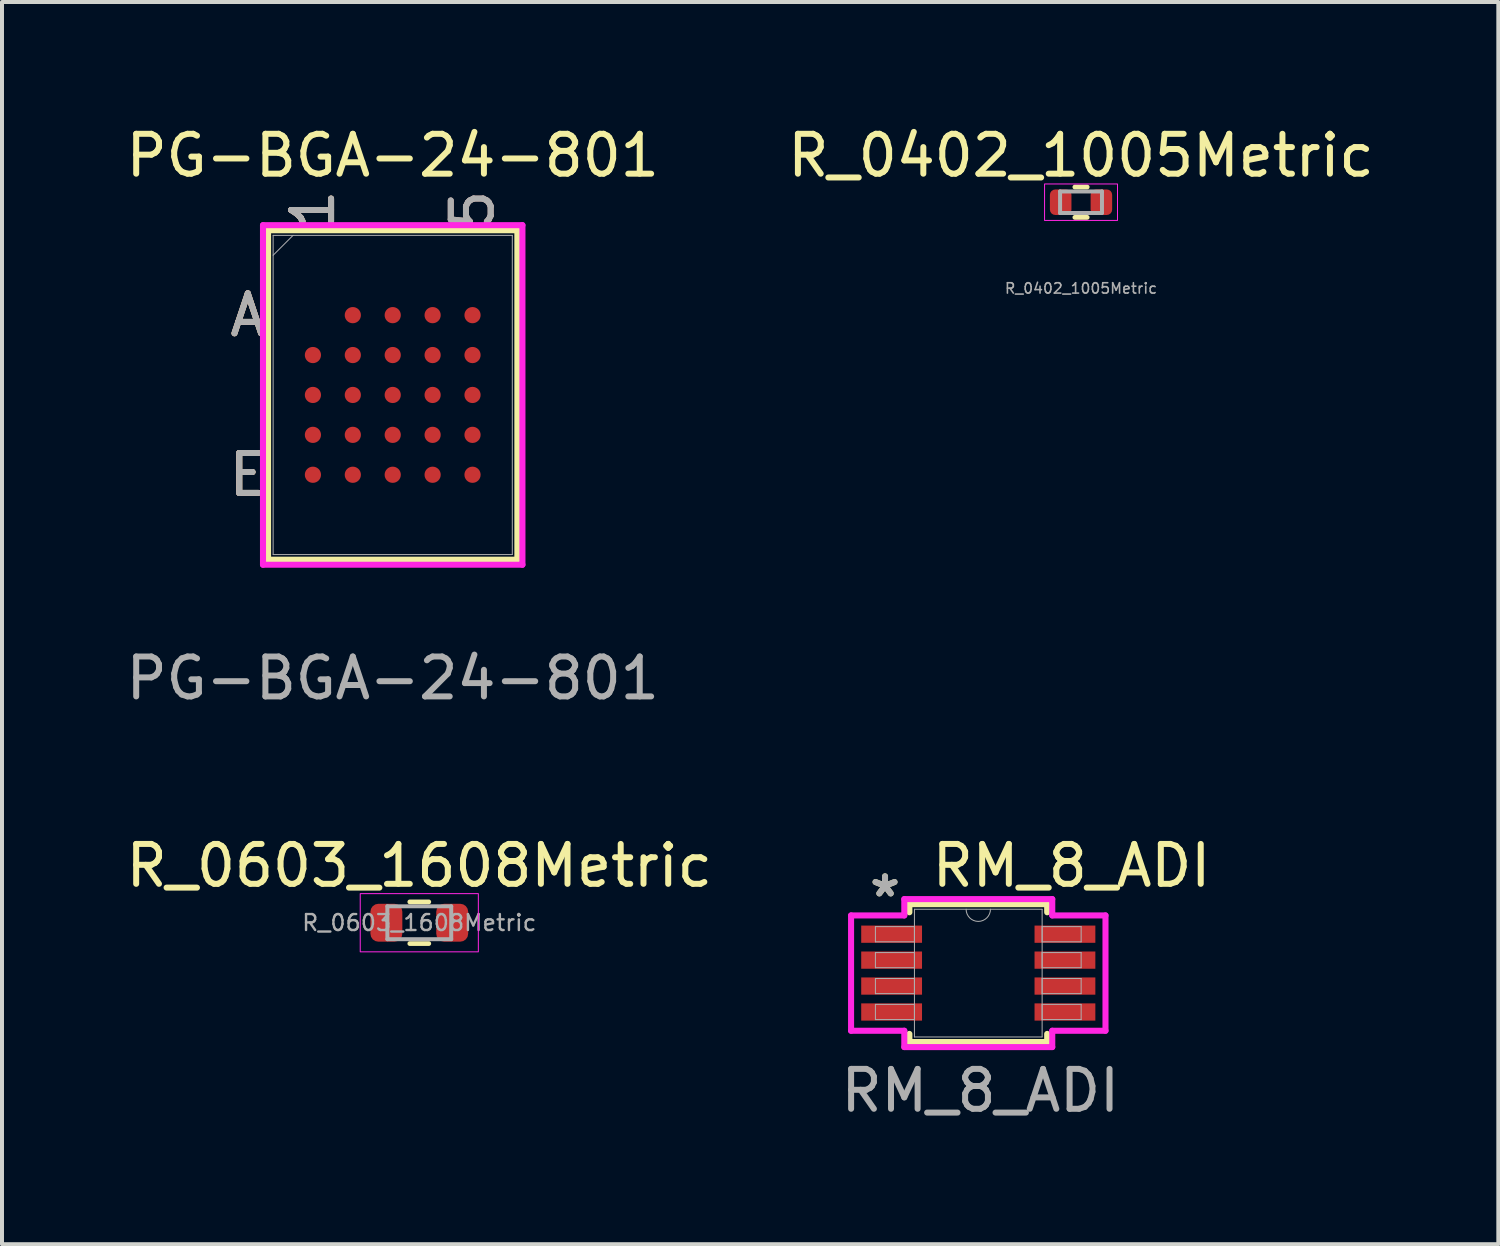
<source format=kicad_pcb>
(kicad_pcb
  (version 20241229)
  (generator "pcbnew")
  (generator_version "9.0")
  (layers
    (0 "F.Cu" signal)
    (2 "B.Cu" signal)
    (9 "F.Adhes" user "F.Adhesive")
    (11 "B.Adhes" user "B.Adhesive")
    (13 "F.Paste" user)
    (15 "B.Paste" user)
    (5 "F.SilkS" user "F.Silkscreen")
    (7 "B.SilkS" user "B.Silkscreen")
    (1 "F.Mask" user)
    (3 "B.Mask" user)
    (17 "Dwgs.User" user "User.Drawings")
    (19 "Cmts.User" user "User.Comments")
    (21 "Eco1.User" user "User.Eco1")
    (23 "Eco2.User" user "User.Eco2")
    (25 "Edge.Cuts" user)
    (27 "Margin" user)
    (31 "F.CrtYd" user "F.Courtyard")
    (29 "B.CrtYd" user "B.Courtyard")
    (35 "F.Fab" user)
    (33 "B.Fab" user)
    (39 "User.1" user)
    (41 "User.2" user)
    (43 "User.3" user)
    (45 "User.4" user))
  (footprint "R_0402_1005Metric"
    (layer "F.Cu")
    (at 24.042 2.018)
    (property "Reference" "R_0402_1005Metric" (at 0 -1.17 0) (layer "F.SilkS") (effects (font (size 1 1) (thickness 0.15))))
    (attr smd)
    (fp_line (start -0.154 -0.38) (end 0.154 -0.38) (stroke (width 0.12) (type solid)) (layer "F.SilkS"))
    (fp_line (start -0.154 0.38) (end 0.154 0.38) (stroke (width 0.12) (type solid)) (layer "F.SilkS"))
    (fp_rect (start -0.914 -0.457) (end 0.914 0.457) (stroke (width 0.025) (type solid)) (fill no) (layer "F.CrtYd"))
    (fp_line (start -0.525 -0.27) (end 0.525 -0.27) (stroke (width 0.1) (type solid)) (layer "F.Fab"))
    (fp_line (start -0.525 0.27) (end -0.525 -0.27) (stroke (width 0.1) (type solid)) (layer "F.Fab"))
    (fp_line (start 0.525 -0.27) (end 0.525 0.27) (stroke (width 0.1) (type solid)) (layer "F.Fab"))
    (fp_line (start 0.525 0.27) (end -0.525 0.27) (stroke (width 0.1) (type solid)) (layer "F.Fab"))
    (fp_text user "${REFERENCE}" (at 0 2.159 0) (layer "F.Fab") (effects (font (size 0.26 0.26) (thickness 0.04))))
    (pad "1" smd roundrect (at -0.51 0) (size 0.54 0.64) (layers "F.Cu" "F.Mask" "F.Paste") (roundrect_rratio 0.25))
    (pad "2" smd roundrect (at 0.51 0) (size 0.54 0.64) (layers "F.Cu" "F.Mask" "F.Paste") (roundrect_rratio 0.25)))
  (footprint "R_0603_1608Metric"
    (layer "F.Cu")
    (at 7.458 20.075)
    (property "Reference" "R_0603_1608Metric" (at 0 -1.43 0) (layer "F.SilkS") (effects (font (size 1 1) (thickness 0.15))))
    (attr smd)
    (fp_line (start -0.237 -0.522) (end 0.237 -0.522) (stroke (width 0.12) (type solid)) (layer "F.SilkS"))
    (fp_line (start -0.237 0.522) (end 0.237 0.522) (stroke (width 0.12) (type solid)) (layer "F.SilkS"))
    (fp_poly (pts (xy -1.48 -0.73) (xy 1.48 -0.73) (xy 1.48 0.73) (xy -1.48 0.73)) (stroke (width 0.025) (type solid)) (fill no) (layer "F.CrtYd"))
    (fp_line (start -0.8 -0.412) (end 0.8 -0.412) (stroke (width 0.1) (type solid)) (layer "F.Fab"))
    (fp_line (start -0.8 0.412) (end -0.8 -0.412) (stroke (width 0.1) (type solid)) (layer "F.Fab"))
    (fp_line (start 0.8 -0.412) (end 0.8 0.412) (stroke (width 0.1) (type solid)) (layer "F.Fab"))
    (fp_line (start 0.8 0.412) (end -0.8 0.412) (stroke (width 0.1) (type solid)) (layer "F.Fab"))
    (fp_text user "${REFERENCE}" (at 0 0 0) (layer "F.Fab") (effects (font (size 0.4 0.4) (thickness 0.06))))
    (pad "1" smd roundrect (at -0.825 0) (size 0.8 0.95) (layers "F.Cu" "F.Mask" "F.Paste") (roundrect_rratio 0.25))
    (pad "2" smd roundrect (at 0.825 0) (size 0.8 0.95) (layers "F.Cu" "F.Mask" "F.Paste") (roundrect_rratio 0.25)))
  (footprint "PG-BGA-24-801"
    (layer "F.Cu")
    (at 6.792 6.848)
    (property "Reference" "PG-BGA-24-801" (at 0 -6 0) (unlocked yes) (layer "F.SilkS") (effects (font (size 1 1) (thickness 0.15))))
    (attr smd)
    (fp_line (start -3.124 -4.128) (end -3.124 4.128) (stroke (width 0.152) (type solid)) (layer "F.SilkS"))
    (fp_line (start -3.124 4.128) (end 3.124 4.128) (stroke (width 0.152) (type solid)) (layer "F.SilkS"))
    (fp_line (start 3.124 -4.128) (end -3.124 -4.128) (stroke (width 0.152) (type solid)) (layer "F.SilkS"))
    (fp_line (start 3.124 4.128) (end 3.124 -4.128) (stroke (width 0.152) (type solid)) (layer "F.SilkS"))
    (fp_line (start -3.251 -4.255) (end 3.251 -4.255) (stroke (width 0.152) (type solid)) (layer "F.CrtYd"))
    (fp_line (start -3.251 4.255) (end -3.251 -4.255) (stroke (width 0.152) (type solid)) (layer "F.CrtYd"))
    (fp_line (start 3.251 -4.255) (end 3.251 4.255) (stroke (width 0.152) (type solid)) (layer "F.CrtYd"))
    (fp_line (start 3.251 4.255) (end -3.251 4.255) (stroke (width 0.152) (type solid)) (layer "F.CrtYd"))
    (fp_line (start -2.997 -4) (end -2.997 4) (stroke (width 0.025) (type solid)) (layer "F.Fab"))
    (fp_line (start -2.997 4) (end 2.997 4) (stroke (width 0.025) (type solid)) (layer "F.Fab"))
    (fp_line (start -2.497 -4) (end -2.997 -3.501) (stroke (width 0.025) (type solid)) (layer "F.Fab"))
    (fp_line (start 2.997 -4) (end -2.997 -4) (stroke (width 0.025) (type solid)) (layer "F.Fab"))
    (fp_line (start 2.997 4) (end 2.997 -4) (stroke (width 0.025) (type solid)) (layer "F.Fab"))
    (fp_text user "E" (at -3.632 2 0) (unlocked yes) (layer "F.SilkS") (effects (font (size 1 1) (thickness 0.15))))
    (fp_text user "A" (at -3.632 -2 0) (unlocked yes) (layer "F.SilkS") (effects (font (size 1 1) (thickness 0.15))))
    (fp_text user "1" (at -2 -4.636 90) (unlocked yes) (layer "F.SilkS") (effects (font (size 1 1) (thickness 0.15))))
    (fp_text user "A" (at -3.632 -2 0) (unlocked yes) (layer "B.SilkS") (effects (font (size 1 1) (thickness 0.15))))
    (fp_text user "E" (at -3.632 2 0) (unlocked yes) (layer "B.SilkS") (effects (font (size 1 1) (thickness 0.15))))
    (fp_text user "1" (at -2 -4.636 90) (unlocked yes) (layer "B.SilkS") (effects (font (size 1 1) (thickness 0.15))))
    (fp_text user "5" (at 2 -4.636 90) (unlocked yes) (layer "B.SilkS") (effects (font (size 1 1) (thickness 0.15))))
    (fp_text user "1" (at -2 -4.636 90) (unlocked yes) (layer "F.Fab") (effects (font (size 1 1) (thickness 0.15))))
    (fp_text user "A" (at -3.632 -2 0) (unlocked yes) (layer "F.Fab") (effects (font (size 1 1) (thickness 0.15))))
    (fp_text user "E" (at -3.632 2 0) (unlocked yes) (layer "F.Fab") (effects (font (size 1 1) (thickness 0.15))))
    (fp_text user "${REFERENCE}" (at 0 7.1 0) (unlocked yes) (layer "F.Fab") (effects (font (size 1 1) (thickness 0.15))))
    (fp_text user "5" (at 2 -4.636 90) (unlocked yes) (layer "F.Fab") (effects (font (size 1 1) (thickness 0.15))))
    (pad "A2" smd circle (at -1 -2) (size 0.406 0.406) (layers "F.Cu" "F.Mask" "F.Paste"))
    (pad "A3" smd circle (at 0 -2) (size 0.406 0.406) (layers "F.Cu" "F.Mask" "F.Paste"))
    (pad "A4" smd circle (at 1 -2) (size 0.406 0.406) (layers "F.Cu" "F.Mask" "F.Paste"))
    (pad "A5" smd circle (at 2 -2) (size 0.406 0.406) (layers "F.Cu" "F.Mask" "F.Paste"))
    (pad "B1" smd circle (at -2 -1) (size 0.406 0.406) (layers "F.Cu" "F.Mask" "F.Paste"))
    (pad "B2" smd circle (at -1 -1) (size 0.406 0.406) (layers "F.Cu" "F.Mask" "F.Paste"))
    (pad "B3" smd circle (at 0 -1) (size 0.406 0.406) (layers "F.Cu" "F.Mask" "F.Paste"))
    (pad "B4" smd circle (at 1 -1) (size 0.406 0.406) (layers "F.Cu" "F.Mask" "F.Paste"))
    (pad "B5" smd circle (at 2 -1) (size 0.406 0.406) (layers "F.Cu" "F.Mask" "F.Paste"))
    (pad "C1" smd circle (at -2 0) (size 0.406 0.406) (layers "F.Cu" "F.Mask" "F.Paste"))
    (pad "C2" smd circle (at -1 0) (size 0.406 0.406) (layers "F.Cu" "F.Mask" "F.Paste"))
    (pad "C3" smd circle (at 0 0) (size 0.406 0.406) (layers "F.Cu" "F.Mask" "F.Paste"))
    (pad "C4" smd circle (at 1 0) (size 0.406 0.406) (layers "F.Cu" "F.Mask" "F.Paste"))
    (pad "C5" smd circle (at 2 0) (size 0.406 0.406) (layers "F.Cu" "F.Mask" "F.Paste"))
    (pad "D1" smd circle (at -2 1) (size 0.406 0.406) (layers "F.Cu" "F.Mask" "F.Paste"))
    (pad "D2" smd circle (at -1 1) (size 0.406 0.406) (layers "F.Cu" "F.Mask" "F.Paste"))
    (pad "D3" smd circle (at 0 1) (size 0.406 0.406) (layers "F.Cu" "F.Mask" "F.Paste"))
    (pad "D4" smd circle (at 1 1) (size 0.406 0.406) (layers "F.Cu" "F.Mask" "F.Paste"))
    (pad "D5" smd circle (at 2 1) (size 0.406 0.406) (layers "F.Cu" "F.Mask" "F.Paste"))
    (pad "E1" smd circle (at -2 2) (size 0.406 0.406) (layers "F.Cu" "F.Mask" "F.Paste"))
    (pad "E2" smd circle (at -1 2) (size 0.406 0.406) (layers "F.Cu" "F.Mask" "F.Paste"))
    (pad "E3" smd circle (at 0 2) (size 0.406 0.406) (layers "F.Cu" "F.Mask" "F.Paste"))
    (pad "E4" smd circle (at 1 2) (size 0.406 0.406) (layers "F.Cu" "F.Mask" "F.Paste"))
    (pad "E5" smd circle (at 2 2) (size 0.406 0.406) (layers "F.Cu" "F.Mask" "F.Paste")))
  (footprint "RM_8_ADI"
    (layer "F.Cu")
    (at 21.467 21.337)
    (property "Reference" "RM_8_ADI" (at 2.337 -2.692 0) (unlocked yes) (layer "F.SilkS") (effects (font (size 1 1) (thickness 0.15))))
    (attr smd)
    (fp_line (start -1.727 -1.727) (end -1.727 -1.524) (stroke (width 0.152) (type solid)) (layer "F.SilkS"))
    (fp_line (start -1.727 1.524) (end -1.727 1.727) (stroke (width 0.152) (type solid)) (layer "F.SilkS"))
    (fp_line (start -1.727 1.727) (end 1.727 1.727) (stroke (width 0.152) (type solid)) (layer "F.SilkS"))
    (fp_line (start 1.727 -1.727) (end -1.727 -1.727) (stroke (width 0.152) (type solid)) (layer "F.SilkS"))
    (fp_line (start 1.727 -1.524) (end 1.727 -1.727) (stroke (width 0.152) (type solid)) (layer "F.SilkS"))
    (fp_line (start 1.727 1.727) (end 1.727 1.524) (stroke (width 0.152) (type solid)) (layer "F.SilkS"))
    (fp_line (start -3.188 -1.445) (end -1.854 -1.445) (stroke (width 0.152) (type solid)) (layer "F.CrtYd"))
    (fp_line (start -3.188 1.445) (end -3.188 -1.445) (stroke (width 0.152) (type solid)) (layer "F.CrtYd"))
    (fp_line (start -3.188 1.445) (end -1.854 1.445) (stroke (width 0.152) (type solid)) (layer "F.CrtYd"))
    (fp_line (start -1.854 -1.854) (end 1.854 -1.854) (stroke (width 0.152) (type solid)) (layer "F.CrtYd"))
    (fp_line (start -1.854 -1.445) (end -1.854 -1.854) (stroke (width 0.152) (type solid)) (layer "F.CrtYd"))
    (fp_line (start -1.854 1.854) (end -1.854 1.445) (stroke (width 0.152) (type solid)) (layer "F.CrtYd"))
    (fp_line (start 1.854 -1.854) (end 1.854 -1.445) (stroke (width 0.152) (type solid)) (layer "F.CrtYd"))
    (fp_line (start 1.854 1.445) (end 1.854 1.854) (stroke (width 0.152) (type solid)) (layer "F.CrtYd"))
    (fp_line (start 1.854 1.854) (end -1.854 1.854) (stroke (width 0.152) (type solid)) (layer "F.CrtYd"))
    (fp_line (start 3.188 -1.445) (end 1.854 -1.445) (stroke (width 0.152) (type solid)) (layer "F.CrtYd"))
    (fp_line (start 3.188 -1.445) (end 3.188 1.445) (stroke (width 0.152) (type solid)) (layer "F.CrtYd"))
    (fp_line (start 3.188 1.445) (end 1.854 1.445) (stroke (width 0.152) (type solid)) (layer "F.CrtYd"))
    (fp_line (start -2.578 -1.165) (end -2.578 -0.784) (stroke (width 0.025) (type solid)) (layer "F.Fab"))
    (fp_line (start -2.578 -0.784) (end -1.6 -0.784) (stroke (width 0.025) (type solid)) (layer "F.Fab"))
    (fp_line (start -2.578 -0.515) (end -2.578 -0.135) (stroke (width 0.025) (type solid)) (layer "F.Fab"))
    (fp_line (start -2.578 -0.135) (end -1.6 -0.135) (stroke (width 0.025) (type solid)) (layer "F.Fab"))
    (fp_line (start -2.578 0.135) (end -2.578 0.515) (stroke (width 0.025) (type solid)) (layer "F.Fab"))
    (fp_line (start -2.578 0.515) (end -1.6 0.515) (stroke (width 0.025) (type solid)) (layer "F.Fab"))
    (fp_line (start -2.578 0.784) (end -2.578 1.165) (stroke (width 0.025) (type solid)) (layer "F.Fab"))
    (fp_line (start -2.578 1.165) (end -1.6 1.165) (stroke (width 0.025) (type solid)) (layer "F.Fab"))
    (fp_line (start -1.6 -1.6) (end -1.6 1.6) (stroke (width 0.025) (type solid)) (layer "F.Fab"))
    (fp_line (start -1.6 -1.165) (end -2.578 -1.165) (stroke (width 0.025) (type solid)) (layer "F.Fab"))
    (fp_line (start -1.6 -0.784) (end -1.6 -1.165) (stroke (width 0.025) (type solid)) (layer "F.Fab"))
    (fp_line (start -1.6 -0.515) (end -2.578 -0.515) (stroke (width 0.025) (type solid)) (layer "F.Fab"))
    (fp_line (start -1.6 -0.135) (end -1.6 -0.515) (stroke (width 0.025) (type solid)) (layer "F.Fab"))
    (fp_line (start -1.6 0.135) (end -2.578 0.135) (stroke (width 0.025) (type solid)) (layer "F.Fab"))
    (fp_line (start -1.6 0.515) (end -1.6 0.135) (stroke (width 0.025) (type solid)) (layer "F.Fab"))
    (fp_line (start -1.6 0.784) (end -2.578 0.784) (stroke (width 0.025) (type solid)) (layer "F.Fab"))
    (fp_line (start -1.6 1.165) (end -1.6 0.784) (stroke (width 0.025) (type solid)) (layer "F.Fab"))
    (fp_line (start -1.6 1.6) (end 1.6 1.6) (stroke (width 0.025) (type solid)) (layer "F.Fab"))
    (fp_line (start 1.6 -1.6) (end -1.6 -1.6) (stroke (width 0.025) (type solid)) (layer "F.Fab"))
    (fp_line (start 1.6 -1.165) (end 1.6 -0.784) (stroke (width 0.025) (type solid)) (layer "F.Fab"))
    (fp_line (start 1.6 -0.784) (end 2.578 -0.784) (stroke (width 0.025) (type solid)) (layer "F.Fab"))
    (fp_line (start 1.6 -0.515) (end 1.6 -0.135) (stroke (width 0.025) (type solid)) (layer "F.Fab"))
    (fp_line (start 1.6 -0.135) (end 2.578 -0.135) (stroke (width 0.025) (type solid)) (layer "F.Fab"))
    (fp_line (start 1.6 0.135) (end 1.6 0.515) (stroke (width 0.025) (type solid)) (layer "F.Fab"))
    (fp_line (start 1.6 0.515) (end 2.578 0.515) (stroke (width 0.025) (type solid)) (layer "F.Fab"))
    (fp_line (start 1.6 0.784) (end 1.6 1.165) (stroke (width 0.025) (type solid)) (layer "F.Fab"))
    (fp_line (start 1.6 1.165) (end 2.578 1.165) (stroke (width 0.025) (type solid)) (layer "F.Fab"))
    (fp_line (start 1.6 1.6) (end 1.6 -1.6) (stroke (width 0.025) (type solid)) (layer "F.Fab"))
    (fp_line (start 2.578 -1.165) (end 1.6 -1.165) (stroke (width 0.025) (type solid)) (layer "F.Fab"))
    (fp_line (start 2.578 -0.784) (end 2.578 -1.165) (stroke (width 0.025) (type solid)) (layer "F.Fab"))
    (fp_line (start 2.578 -0.515) (end 1.6 -0.515) (stroke (width 0.025) (type solid)) (layer "F.Fab"))
    (fp_line (start 2.578 -0.135) (end 2.578 -0.515) (stroke (width 0.025) (type solid)) (layer "F.Fab"))
    (fp_line (start 2.578 0.135) (end 1.6 0.135) (stroke (width 0.025) (type solid)) (layer "F.Fab"))
    (fp_line (start 2.578 0.515) (end 2.578 0.135) (stroke (width 0.025) (type solid)) (layer "F.Fab"))
    (fp_line (start 2.578 0.784) (end 1.6 0.784) (stroke (width 0.025) (type solid)) (layer "F.Fab"))
    (fp_line (start 2.578 1.165) (end 2.578 0.784) (stroke (width 0.025) (type solid)) (layer "F.Fab"))
    (fp_arc (start 0.3048 -1.6002) (mid 0 -1.2954) (end -0.3048 -1.6002) (stroke (width 0.0254) (type solid)) (layer "F.Fab"))
    (fp_text user "*" (at -2.337 -1.88 0) (unlocked yes) (layer "F.SilkS") (effects (font (size 1 1) (thickness 0.15))))
    (fp_text user "${REFERENCE}" (at 0.051 2.946 0) (unlocked yes) (layer "F.Fab") (effects (font (size 1 1) (thickness 0.15))))
    (fp_text user "*" (at -2.337 -1.88 0) (layer "F.Fab") (effects (font (size 1 1) (thickness 0.15))))
    (pad "1" smd rect (at -2.172 -0.975) (size 1.524 0.432) (layers "F.Cu" "F.Mask" "F.Paste"))
    (pad "2" smd rect (at -2.172 -0.325) (size 1.524 0.432) (layers "F.Cu" "F.Mask" "F.Paste"))
    (pad "3" smd rect (at -2.172 0.325) (size 1.524 0.432) (layers "F.Cu" "F.Mask" "F.Paste"))
    (pad "4" smd rect (at -2.172 0.975) (size 1.524 0.432) (layers "F.Cu" "F.Mask" "F.Paste"))
    (pad "5" smd rect (at 2.172 0.975) (size 1.524 0.432) (layers "F.Cu" "F.Mask" "F.Paste"))
    (pad "6" smd rect (at 2.172 0.325) (size 1.524 0.432) (layers "F.Cu" "F.Mask" "F.Paste"))
    (pad "7" smd rect (at 2.172 -0.325) (size 1.524 0.432) (layers "F.Cu" "F.Mask" "F.Paste"))
    (pad "8" smd rect (at 2.172 -0.975) (size 1.524 0.432) (layers "F.Cu" "F.Mask" "F.Paste")))
  (gr_rect
    (start -3 -3)
    (end 34.5 28.132)
    (stroke (width 0.1) (type default))
    (fill no)
    (layer "Edge.Cuts")))
</source>
